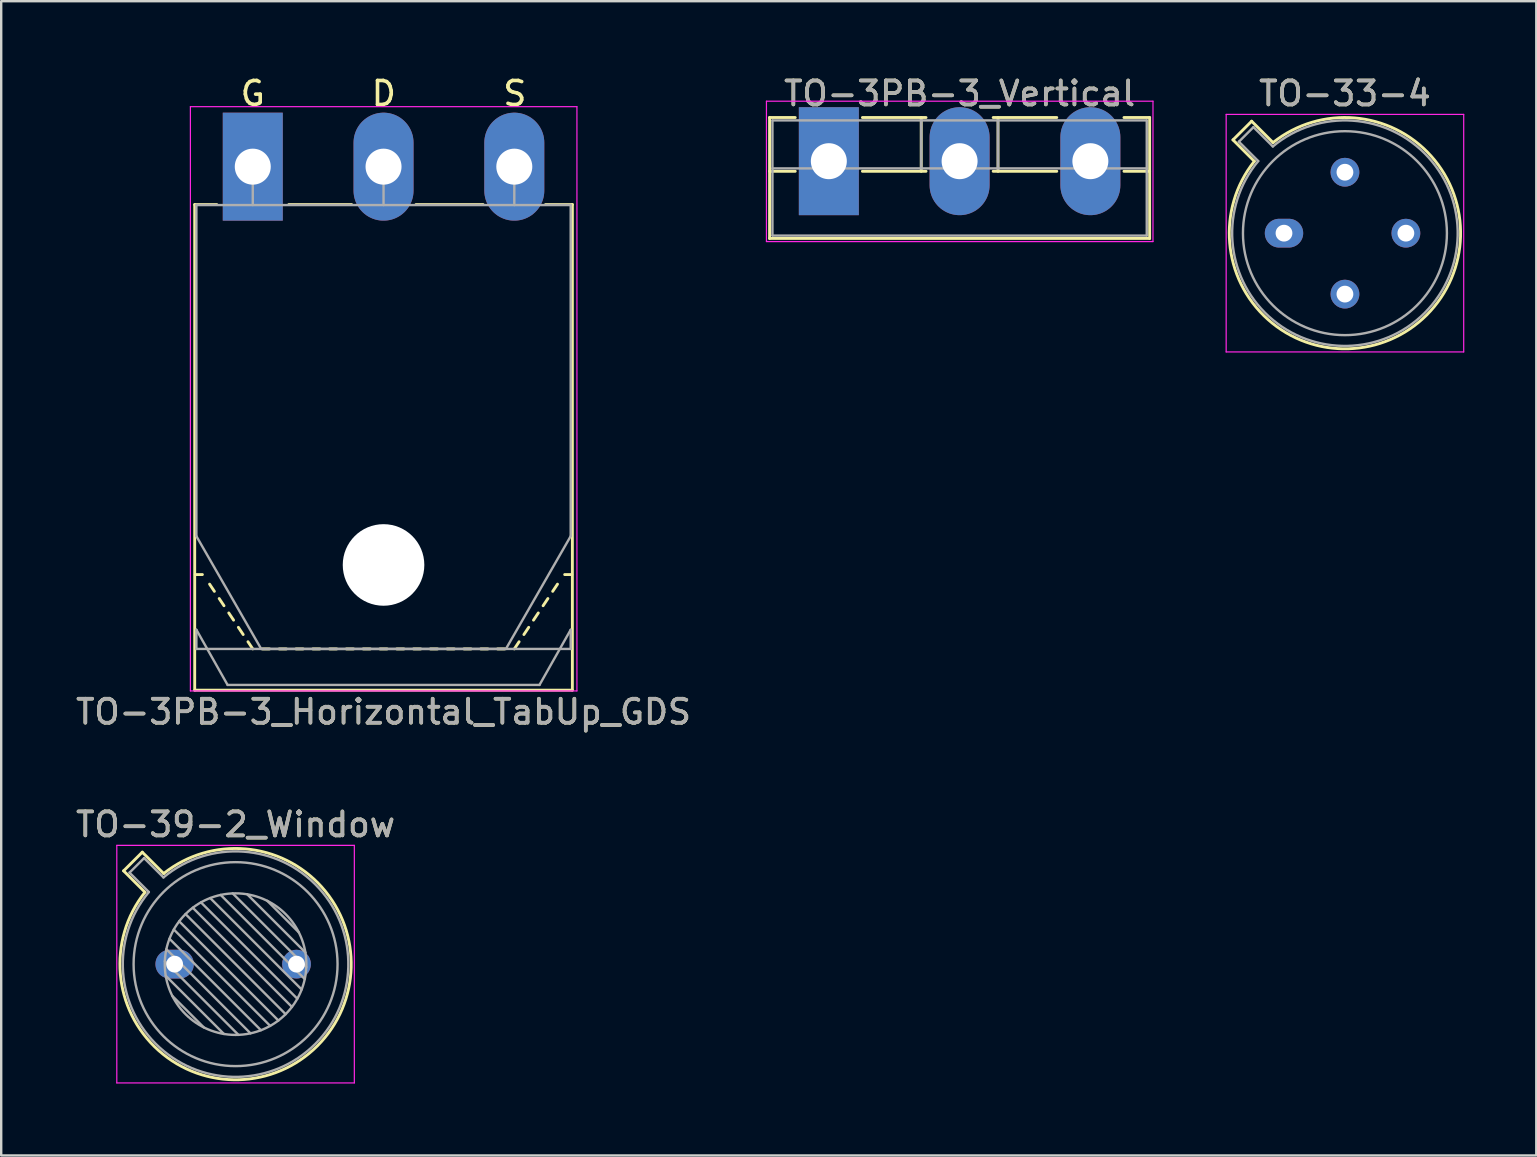
<source format=kicad_pcb>
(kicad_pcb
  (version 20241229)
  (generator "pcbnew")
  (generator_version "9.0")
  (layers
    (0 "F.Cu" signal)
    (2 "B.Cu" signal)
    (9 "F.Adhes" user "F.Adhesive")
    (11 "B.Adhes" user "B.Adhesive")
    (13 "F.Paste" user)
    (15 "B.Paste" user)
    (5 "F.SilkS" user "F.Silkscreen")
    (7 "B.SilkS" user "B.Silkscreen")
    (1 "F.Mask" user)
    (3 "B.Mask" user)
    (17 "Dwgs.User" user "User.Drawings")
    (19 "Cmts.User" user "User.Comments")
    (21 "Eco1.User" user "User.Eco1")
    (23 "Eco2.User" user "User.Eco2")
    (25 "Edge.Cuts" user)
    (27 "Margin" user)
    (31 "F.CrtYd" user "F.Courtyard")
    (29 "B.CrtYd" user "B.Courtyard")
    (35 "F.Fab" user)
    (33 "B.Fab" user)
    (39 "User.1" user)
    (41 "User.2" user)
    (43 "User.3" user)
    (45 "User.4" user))
  (footprint "TO-3PB-3_Vertical"
    (layer "F.Cu")
    (at 31.494 3.668)
    (property "Reference" "TO-3PB-3_Vertical" (at 5.45 -2.82 0) (layer "F.SilkS") (effects (font (size 1 1) (thickness 0.15))))
    (attr through_hole)
    (fp_line (start -2.47 -1.82) (end -2.47 3.22) (stroke (width 0.12) (type solid)) (layer "F.SilkS"))
    (fp_line (start -2.47 -1.82) (end -1.4 -1.82) (stroke (width 0.12) (type solid)) (layer "F.SilkS"))
    (fp_line (start -2.47 0.421) (end -1.4 0.421) (stroke (width 0.12) (type solid)) (layer "F.SilkS"))
    (fp_line (start -2.47 3.22) (end 13.37 3.22) (stroke (width 0.12) (type solid)) (layer "F.SilkS"))
    (fp_line (start 1.4 -1.82) (end 4.051 -1.82) (stroke (width 0.12) (type solid)) (layer "F.SilkS"))
    (fp_line (start 1.4 0.421) (end 4.051 0.421) (stroke (width 0.12) (type solid)) (layer "F.SilkS"))
    (fp_line (start 3.85 -1.82) (end 3.85 0.421) (stroke (width 0.12) (type solid)) (layer "F.SilkS"))
    (fp_line (start 6.85 -1.82) (end 9.5 -1.82) (stroke (width 0.12) (type solid)) (layer "F.SilkS"))
    (fp_line (start 6.85 0.421) (end 9.5 0.421) (stroke (width 0.12) (type solid)) (layer "F.SilkS"))
    (fp_line (start 7.051 -1.82) (end 7.051 0.421) (stroke (width 0.12) (type solid)) (layer "F.SilkS"))
    (fp_line (start 12.3 -1.82) (end 13.37 -1.82) (stroke (width 0.12) (type solid)) (layer "F.SilkS"))
    (fp_line (start 12.3 0.421) (end 13.37 0.421) (stroke (width 0.12) (type solid)) (layer "F.SilkS"))
    (fp_line (start 13.37 -1.82) (end 13.37 3.22) (stroke (width 0.12) (type solid)) (layer "F.SilkS"))
    (fp_line (start -2.6 -2.5) (end -2.6 3.35) (stroke (width 0.05) (type solid)) (layer "F.CrtYd"))
    (fp_line (start -2.6 3.35) (end 13.51 3.35) (stroke (width 0.05) (type solid)) (layer "F.CrtYd"))
    (fp_line (start 13.51 -2.5) (end -2.6 -2.5) (stroke (width 0.05) (type solid)) (layer "F.CrtYd"))
    (fp_line (start 13.51 3.35) (end 13.51 -2.5) (stroke (width 0.05) (type solid)) (layer "F.CrtYd"))
    (fp_line (start -2.35 -1.7) (end -2.35 3.1) (stroke (width 0.1) (type solid)) (layer "F.Fab"))
    (fp_line (start -2.35 0.3) (end 13.25 0.3) (stroke (width 0.1) (type solid)) (layer "F.Fab"))
    (fp_line (start -2.35 3.1) (end 13.25 3.1) (stroke (width 0.1) (type solid)) (layer "F.Fab"))
    (fp_line (start 3.85 -1.7) (end 3.85 0.3) (stroke (width 0.1) (type solid)) (layer "F.Fab"))
    (fp_line (start 7.05 -1.7) (end 7.05 0.3) (stroke (width 0.1) (type solid)) (layer "F.Fab"))
    (fp_line (start 13.25 -1.7) (end -2.35 -1.7) (stroke (width 0.1) (type solid)) (layer "F.Fab"))
    (fp_line (start 13.25 3.1) (end 13.25 -1.7) (stroke (width 0.1) (type solid)) (layer "F.Fab"))
    (fp_text user "${REFERENCE}" (at 5.45 -2.82 0) (layer "F.Fab") (effects (font (size 1 1) (thickness 0.15))))
    (pad "1" thru_hole rect (at 0 0) (size 2.5 4.5) (drill 1.5) (layers "*.Cu" "*.Mask"))
    (pad "2" thru_hole oval (at 5.45 0) (size 2.5 4.5) (drill 1.5) (layers "*.Cu" "*.Mask"))
    (pad "3" thru_hole oval (at 10.9 0) (size 2.5 4.5) (drill 1.5) (layers "*.Cu" "*.Mask")))
  (footprint "TO-39-2_Window"
    (layer "F.Cu")
    (at 4.228 37.133)
    (property "Reference" "TO-39-2_Window" (at 2.54 -5.82 0) (layer "F.SilkS") (effects (font (size 1 1) (thickness 0.15))))
    (attr through_hole)
    (fp_line (start -2.126 -3.888) (end -1.235 -2.997) (stroke (width 0.12) (type solid)) (layer "F.SilkS"))
    (fp_line (start -1.348 -4.666) (end -2.126 -3.888) (stroke (width 0.12) (type solid)) (layer "F.SilkS"))
    (fp_line (start -0.457 -3.775) (end -1.348 -4.666) (stroke (width 0.12) (type solid)) (layer "F.SilkS"))
    (fp_arc (start -0.457084 -3.774902) (mid 5.948125 3.408384) (end -1.234674 -2.997371) (stroke (width 0.12) (type solid)) (layer "F.SilkS"))
    (fp_line (start -2.41 -4.95) (end -2.41 4.95) (stroke (width 0.05) (type solid)) (layer "F.CrtYd"))
    (fp_line (start -2.41 4.95) (end 7.49 4.95) (stroke (width 0.05) (type solid)) (layer "F.CrtYd"))
    (fp_line (start 7.49 -4.95) (end -2.41 -4.95) (stroke (width 0.05) (type solid)) (layer "F.CrtYd"))
    (fp_line (start 7.49 4.95) (end 7.49 -4.95) (stroke (width 0.05) (type solid)) (layer "F.CrtYd"))
    (fp_line (start -1.88 -3.812) (end -1.074 -3.005) (stroke (width 0.1) (type solid)) (layer "F.Fab"))
    (fp_line (start -1.272 -4.42) (end -1.88 -3.812) (stroke (width 0.1) (type solid)) (layer "F.Fab"))
    (fp_line (start -0.465 -3.614) (end -1.272 -4.42) (stroke (width 0.1) (type solid)) (layer "F.Fab"))
    (fp_line (start -0.408 -0.12) (end 2.66 2.948) (stroke (width 0.1) (type solid)) (layer "F.Fab"))
    (fp_line (start -0.371 0.485) (end 2.055 2.911) (stroke (width 0.1) (type solid)) (layer "F.Fab"))
    (fp_line (start -0.344 -0.622) (end 3.162 2.884) (stroke (width 0.1) (type solid)) (layer "F.Fab"))
    (fp_line (start -0.215 -1.058) (end 3.598 2.755) (stroke (width 0.1) (type solid)) (layer "F.Fab"))
    (fp_line (start -0.097 1.324) (end 1.216 2.637) (stroke (width 0.1) (type solid)) (layer "F.Fab"))
    (fp_line (start -0.034 -1.443) (end 3.983 2.574) (stroke (width 0.1) (type solid)) (layer "F.Fab"))
    (fp_line (start 0.19 -1.784) (end 4.324 2.35) (stroke (width 0.1) (type solid)) (layer "F.Fab"))
    (fp_line (start 0.454 -2.086) (end 4.626 2.086) (stroke (width 0.1) (type solid)) (layer "F.Fab"))
    (fp_line (start 0.756 -2.35) (end 4.89 1.784) (stroke (width 0.1) (type solid)) (layer "F.Fab"))
    (fp_line (start 1.097 -2.574) (end 5.114 1.443) (stroke (width 0.1) (type solid)) (layer "F.Fab"))
    (fp_line (start 1.482 -2.755) (end 5.295 1.058) (stroke (width 0.1) (type solid)) (layer "F.Fab"))
    (fp_line (start 1.918 -2.884) (end 5.424 0.622) (stroke (width 0.1) (type solid)) (layer "F.Fab"))
    (fp_line (start 2.42 -2.948) (end 5.488 0.12) (stroke (width 0.1) (type solid)) (layer "F.Fab"))
    (fp_line (start 3.025 -2.911) (end 5.451 -0.485) (stroke (width 0.1) (type solid)) (layer "F.Fab"))
    (fp_line (start 3.864 -2.637) (end 5.177 -1.324) (stroke (width 0.1) (type solid)) (layer "F.Fab"))
    (fp_arc (start -0.465408 -3.61352) (mid 5.863443 3.323361) (end -1.073594 -3.005319) (stroke (width 0.1) (type solid)) (layer "F.Fab"))
    (fp_circle (center 2.54 0) (end 5.49 0) (stroke (width 0.1) (type solid)) (fill no) (layer "F.Fab"))
    (fp_circle (center 2.54 0) (end 6.79 0) (stroke (width 0.1) (type solid)) (fill no) (layer "F.Fab"))
    (fp_text user "${REFERENCE}" (at 2.54 -5.82 0) (layer "F.Fab") (effects (font (size 1 1) (thickness 0.15))))
    (pad "1" thru_hole oval (at 0 0) (size 1.6 1.2) (drill 0.7) (layers "*.Cu" "*.Mask"))
    (pad "2" thru_hole oval (at 5.08 0) (size 1.2 1.2) (drill 0.7) (layers "*.Cu" "*.Mask")))
  (footprint "TO-3PB-3_Horizontal_TabUp_GDS"
    (layer "F.Cu")
    (at 7.485 3.896)
    (property "Reference" "TO-3PB-3_Horizontal_TabUp_GDS" (at 5.45 22.72 0) (layer "F.SilkS") (effects (font (size 1 1) (thickness 0.15))))
    (attr through_hole)
    (fp_line (start -2.42 21.82) (end -2.42 1.58) (stroke (width 0.12) (type solid)) (layer "F.SilkS"))
    (fp_line (start -2.1 17) (end -2.4 17) (stroke (width 0.12) (type solid)) (layer "F.SilkS"))
    (fp_line (start -1.8 17.4) (end -1.6 17.7) (stroke (width 0.12) (type solid)) (layer "F.SilkS"))
    (fp_line (start -1.5 1.58) (end -2.42 1.58) (stroke (width 0.12) (type solid)) (layer "F.SilkS"))
    (fp_line (start -1.4 18) (end -1.2 18.3) (stroke (width 0.12) (type solid)) (layer "F.SilkS"))
    (fp_line (start -1 18.6) (end -0.8 18.9) (stroke (width 0.12) (type solid)) (layer "F.SilkS"))
    (fp_line (start -0.6 19.2) (end -0.4 19.5) (stroke (width 0.12) (type solid)) (layer "F.SilkS"))
    (fp_line (start -0.2 19.8) (end 0 20.1) (stroke (width 0.12) (type solid)) (layer "F.SilkS"))
    (fp_line (start 0.7 20.1) (end 0.4 20.1) (stroke (width 0.12) (type solid)) (layer "F.SilkS"))
    (fp_line (start 1.4 20.1) (end 1.1 20.1) (stroke (width 0.12) (type solid)) (layer "F.SilkS"))
    (fp_line (start 2.1 20.1) (end 1.8 20.1) (stroke (width 0.12) (type solid)) (layer "F.SilkS"))
    (fp_line (start 2.8 20.1) (end 2.5 20.1) (stroke (width 0.12) (type solid)) (layer "F.SilkS"))
    (fp_line (start 3.5 20.1) (end 3.2 20.1) (stroke (width 0.12) (type solid)) (layer "F.SilkS"))
    (fp_line (start 4.12 1.58) (end 1.5 1.58) (stroke (width 0.12) (type solid)) (layer "F.SilkS"))
    (fp_line (start 4.2 20.1) (end 3.9 20.1) (stroke (width 0.12) (type solid)) (layer "F.SilkS"))
    (fp_line (start 4.9 20.1) (end 4.6 20.1) (stroke (width 0.12) (type solid)) (layer "F.SilkS"))
    (fp_line (start 5.6 20.1) (end 5.3 20.1) (stroke (width 0.12) (type solid)) (layer "F.SilkS"))
    (fp_line (start 6.3 20.1) (end 6 20.1) (stroke (width 0.12) (type solid)) (layer "F.SilkS"))
    (fp_line (start 7 20.1) (end 6.7 20.1) (stroke (width 0.12) (type solid)) (layer "F.SilkS"))
    (fp_line (start 7.7 20.1) (end 7.4 20.1) (stroke (width 0.12) (type solid)) (layer "F.SilkS"))
    (fp_line (start 8.4 20.1) (end 8.1 20.1) (stroke (width 0.12) (type solid)) (layer "F.SilkS"))
    (fp_line (start 9.1 20.1) (end 8.8 20.1) (stroke (width 0.12) (type solid)) (layer "F.SilkS"))
    (fp_line (start 9.6 1.58) (end 6.8 1.58) (stroke (width 0.12) (type solid)) (layer "F.SilkS"))
    (fp_line (start 9.8 20.1) (end 9.5 20.1) (stroke (width 0.12) (type solid)) (layer "F.SilkS"))
    (fp_line (start 10.5 20.1) (end 10.2 20.1) (stroke (width 0.12) (type solid)) (layer "F.SilkS"))
    (fp_line (start 11.1 19.8) (end 10.9 20.1) (stroke (width 0.12) (type solid)) (layer "F.SilkS"))
    (fp_line (start 11.5 19.2) (end 11.3 19.5) (stroke (width 0.12) (type solid)) (layer "F.SilkS"))
    (fp_line (start 11.9 18.6) (end 11.7 18.9) (stroke (width 0.12) (type solid)) (layer "F.SilkS"))
    (fp_line (start 12.3 18) (end 12.1 18.3) (stroke (width 0.12) (type solid)) (layer "F.SilkS"))
    (fp_line (start 12.7 17.4) (end 12.5 17.7) (stroke (width 0.12) (type solid)) (layer "F.SilkS"))
    (fp_line (start 13 17) (end 13.3 17) (stroke (width 0.12) (type solid)) (layer "F.SilkS"))
    (fp_line (start 13.32 1.58) (end 12.2 1.58) (stroke (width 0.12) (type solid)) (layer "F.SilkS"))
    (fp_line (start 13.32 21.82) (end -2.42 21.82) (stroke (width 0.12) (type solid)) (layer "F.SilkS"))
    (fp_line (start 13.32 21.82) (end 13.32 1.58) (stroke (width 0.12) (type solid)) (layer "F.SilkS"))
    (fp_line (start -2.6 -2.5) (end -2.6 21.85) (stroke (width 0.05) (type solid)) (layer "F.CrtYd"))
    (fp_line (start -2.6 21.85) (end 13.51 21.85) (stroke (width 0.05) (type solid)) (layer "F.CrtYd"))
    (fp_line (start 13.51 -2.5) (end -2.6 -2.5) (stroke (width 0.05) (type solid)) (layer "F.CrtYd"))
    (fp_line (start 13.51 21.85) (end 13.51 -2.5) (stroke (width 0.05) (type solid)) (layer "F.CrtYd"))
    (fp_line (start -2.35 1.6) (end -2.35 15.401) (stroke (width 0.1) (type solid)) (layer "F.Fab"))
    (fp_line (start -2.35 15.401) (end 0.351 20.1) (stroke (width 0.1) (type solid)) (layer "F.Fab"))
    (fp_line (start -2.35 19.3) (end -1.05 21.6) (stroke (width 0.1) (type solid)) (layer "F.Fab"))
    (fp_line (start -2.35 20.1) (end -2.35 19.3) (stroke (width 0.1) (type solid)) (layer "F.Fab"))
    (fp_line (start -1.05 21.6) (end 11.95 21.6) (stroke (width 0.1) (type solid)) (layer "F.Fab"))
    (fp_line (start 0 1.6) (end 0 0) (stroke (width 0.1) (type solid)) (layer "F.Fab"))
    (fp_line (start 0.351 20.1) (end 10.55 20.1) (stroke (width 0.1) (type solid)) (layer "F.Fab"))
    (fp_line (start 5.45 1.6) (end 5.45 0) (stroke (width 0.1) (type solid)) (layer "F.Fab"))
    (fp_line (start 10.55 20.1) (end 13.25 15.401) (stroke (width 0.1) (type solid)) (layer "F.Fab"))
    (fp_line (start 10.9 1.6) (end 10.9 0) (stroke (width 0.1) (type solid)) (layer "F.Fab"))
    (fp_line (start 11.95 21.6) (end 13.25 19.3) (stroke (width 0.1) (type solid)) (layer "F.Fab"))
    (fp_line (start 13.25 1.6) (end -2.35 1.6) (stroke (width 0.1) (type solid)) (layer "F.Fab"))
    (fp_line (start 13.25 15.401) (end 13.25 1.6) (stroke (width 0.1) (type solid)) (layer "F.Fab"))
    (fp_line (start 13.25 19.3) (end 13.25 20.1) (stroke (width 0.1) (type solid)) (layer "F.Fab"))
    (fp_line (start 13.25 20.1) (end -2.35 20.1) (stroke (width 0.1) (type solid)) (layer "F.Fab"))
    (fp_circle (center 5.45 16.6) (end 7.05 16.6) (stroke (width 0.1) (type solid)) (fill no) (layer "F.Fab"))
    (fp_text user "S" (at 10.922 -3.048 0) (layer "F.SilkS") (effects (font (size 1 1) (thickness 0.15))))
    (fp_text user "G" (at 0 -3.048 0) (layer "F.SilkS") (effects (font (size 1 1) (thickness 0.15))))
    (fp_text user "D" (at 5.461 -3.048 0) (layer "F.SilkS") (effects (font (size 1 1) (thickness 0.15))))
    (fp_text user "${REFERENCE}" (at 5.45 22.72 0) (layer "F.Fab") (effects (font (size 1 1) (thickness 0.15))))
    (pad "" np_thru_hole oval (at 5.45 16.6) (size 3.4 3.4) (drill 3.4) (layers "*.Cu" "*.Mask"))
    (pad "1" thru_hole rect (at 0 0) (size 2.5 4.5) (drill 1.5) (layers "*.Cu" "*.Mask"))
    (pad "2" thru_hole oval (at 5.45 0) (size 2.5 4.5) (drill 1.5) (layers "*.Cu" "*.Mask"))
    (pad "3" thru_hole oval (at 10.9 0) (size 2.5 4.5) (drill 1.5) (layers "*.Cu" "*.Mask")))
  (footprint "TO-33-4"
    (layer "F.Cu")
    (at 50.464 6.668)
    (property "Reference" "TO-33-4" (at 2.54 -5.82 0) (layer "F.SilkS") (effects (font (size 1 1) (thickness 0.15))))
    (attr through_hole)
    (fp_line (start -2.126 -3.888) (end -1.235 -2.997) (stroke (width 0.12) (type solid)) (layer "F.SilkS"))
    (fp_line (start -1.348 -4.666) (end -2.126 -3.888) (stroke (width 0.12) (type solid)) (layer "F.SilkS"))
    (fp_line (start -0.457 -3.775) (end -1.348 -4.666) (stroke (width 0.12) (type solid)) (layer "F.SilkS"))
    (fp_arc (start -0.457084 -3.774902) (mid 5.948125 3.408384) (end -1.234674 -2.997371) (stroke (width 0.12) (type solid)) (layer "F.SilkS"))
    (fp_line (start -2.41 -4.95) (end -2.41 4.95) (stroke (width 0.05) (type solid)) (layer "F.CrtYd"))
    (fp_line (start -2.41 4.95) (end 7.49 4.95) (stroke (width 0.05) (type solid)) (layer "F.CrtYd"))
    (fp_line (start 7.49 -4.95) (end -2.41 -4.95) (stroke (width 0.05) (type solid)) (layer "F.CrtYd"))
    (fp_line (start 7.49 4.95) (end 7.49 -4.95) (stroke (width 0.05) (type solid)) (layer "F.CrtYd"))
    (fp_line (start -1.88 -3.812) (end -1.074 -3.005) (stroke (width 0.1) (type solid)) (layer "F.Fab"))
    (fp_line (start -1.272 -4.42) (end -1.88 -3.812) (stroke (width 0.1) (type solid)) (layer "F.Fab"))
    (fp_line (start -0.465 -3.614) (end -1.272 -4.42) (stroke (width 0.1) (type solid)) (layer "F.Fab"))
    (fp_arc (start -0.465408 -3.61352) (mid 5.863443 3.323361) (end -1.073594 -3.005319) (stroke (width 0.1) (type solid)) (layer "F.Fab"))
    (fp_circle (center 2.54 0) (end 6.79 0) (stroke (width 0.1) (type solid)) (fill no) (layer "F.Fab"))
    (fp_text user "${REFERENCE}" (at 2.54 -5.82 0) (layer "F.Fab") (effects (font (size 1 1) (thickness 0.15))))
    (pad "1" thru_hole oval (at 0 0) (size 1.6 1.2) (drill 0.7) (layers "*.Cu" "*.Mask"))
    (pad "2" thru_hole oval (at 2.54 2.54) (size 1.2 1.2) (drill 0.7) (layers "*.Cu" "*.Mask"))
    (pad "3" thru_hole oval (at 5.08 0) (size 1.2 1.2) (drill 0.7) (layers "*.Cu" "*.Mask"))
    (pad "4" thru_hole oval (at 2.54 -2.54) (size 1.2 1.2) (drill 0.7) (layers "*.Cu" "*.Mask")))
  (gr_rect
    (start -3 -3)
    (end 60.979 45.108)
    (stroke (width 0.1) (type default))
    (fill no)
    (layer "Edge.Cuts")))
</source>
